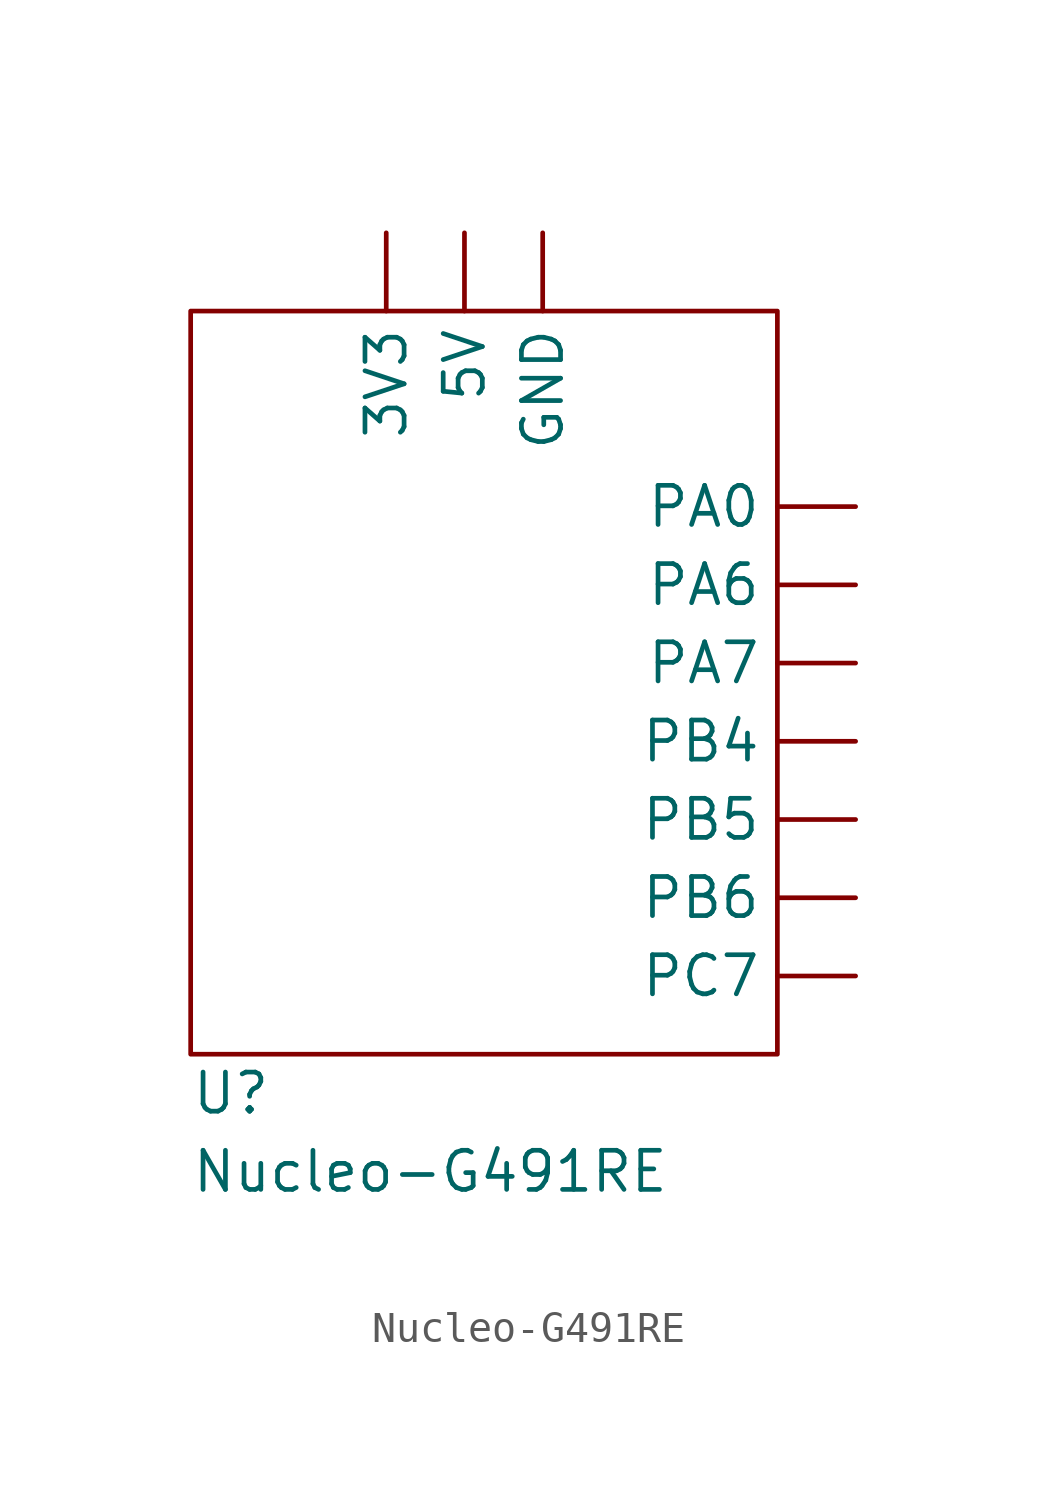
<source format=kicad_sym>
(kicad_symbol_lib
  (version 20220914)
  (generator kicad_symbol_editor)
  (symbol "Nucleo-G491RE"
    (pin_numbers hide)
    (property "Reference" "U"
      (at -8.89 -2.54 0)
      (effects (font (size 1.27 1.27)) (justify left)))
    (property "Value" "Nucleo-G491RE"
      (at -8.89 -5.08 0)
      (effects (font (size 1.27 1.27)) (justify left)))
    (symbol "Nucleo-G491RE_0_1"
      (rectangle (start -8.89 22.86) (end 10.16 -1.27) (stroke (width 0) (type default)) (fill (type none))))
    (symbol "Nucleo-G491RE_1_1"
      (pin power_out line (at -2.54 25.4 270) (length 2.54) (name "3V3" (effects (font (size 1.27 1.27)))) (number "" (effects (font (size 1.27 1.27)))))
      (pin power_out line (at 0 25.4 270) (length 2.54) (name "5V" (effects (font (size 1.27 1.27)))) (number "" (effects (font (size 1.27 1.27)))))
      (pin power_in line (at 2.54 25.4 270) (length 2.54) (name "GND" (effects (font (size 1.27 1.27)))) (number "" (effects (font (size 1.27 1.27)))))
      (pin input line (at 12.7 16.51 180) (length 2.54) (name "PA0" (effects (font (size 1.27 1.27)))) (number "" (effects (font (size 1.27 1.27)))))
      (pin output line (at 12.7 13.97 180) (length 2.54) (name "PA6" (effects (font (size 1.27 1.27)))) (number "" (effects (font (size 1.27 1.27)))))
      (pin output line (at 12.7 11.43 180) (length 2.54) (name "PA7" (effects (font (size 1.27 1.27)))) (number "" (effects (font (size 1.27 1.27)))))
      (pin output line (at 12.7 8.89 180) (length 2.54) (name "PB4" (effects (font (size 1.27 1.27)))) (number "" (effects (font (size 1.27 1.27)))))
      (pin output line (at 12.7 6.35 180) (length 2.54) (name "PB5" (effects (font (size 1.27 1.27)))) (number "" (effects (font (size 1.27 1.27)))))
      (pin output line (at 12.7 3.81 180) (length 2.54) (name "PB6" (effects (font (size 1.27 1.27)))) (number "" (effects (font (size 1.27 1.27)))))
      (pin output line (at 12.7 1.27 180) (length 2.54) (name "PC7" (effects (font (size 1.27 1.27)))) (number "" (effects (font (size 1.27 1.27))))))))
</source>
